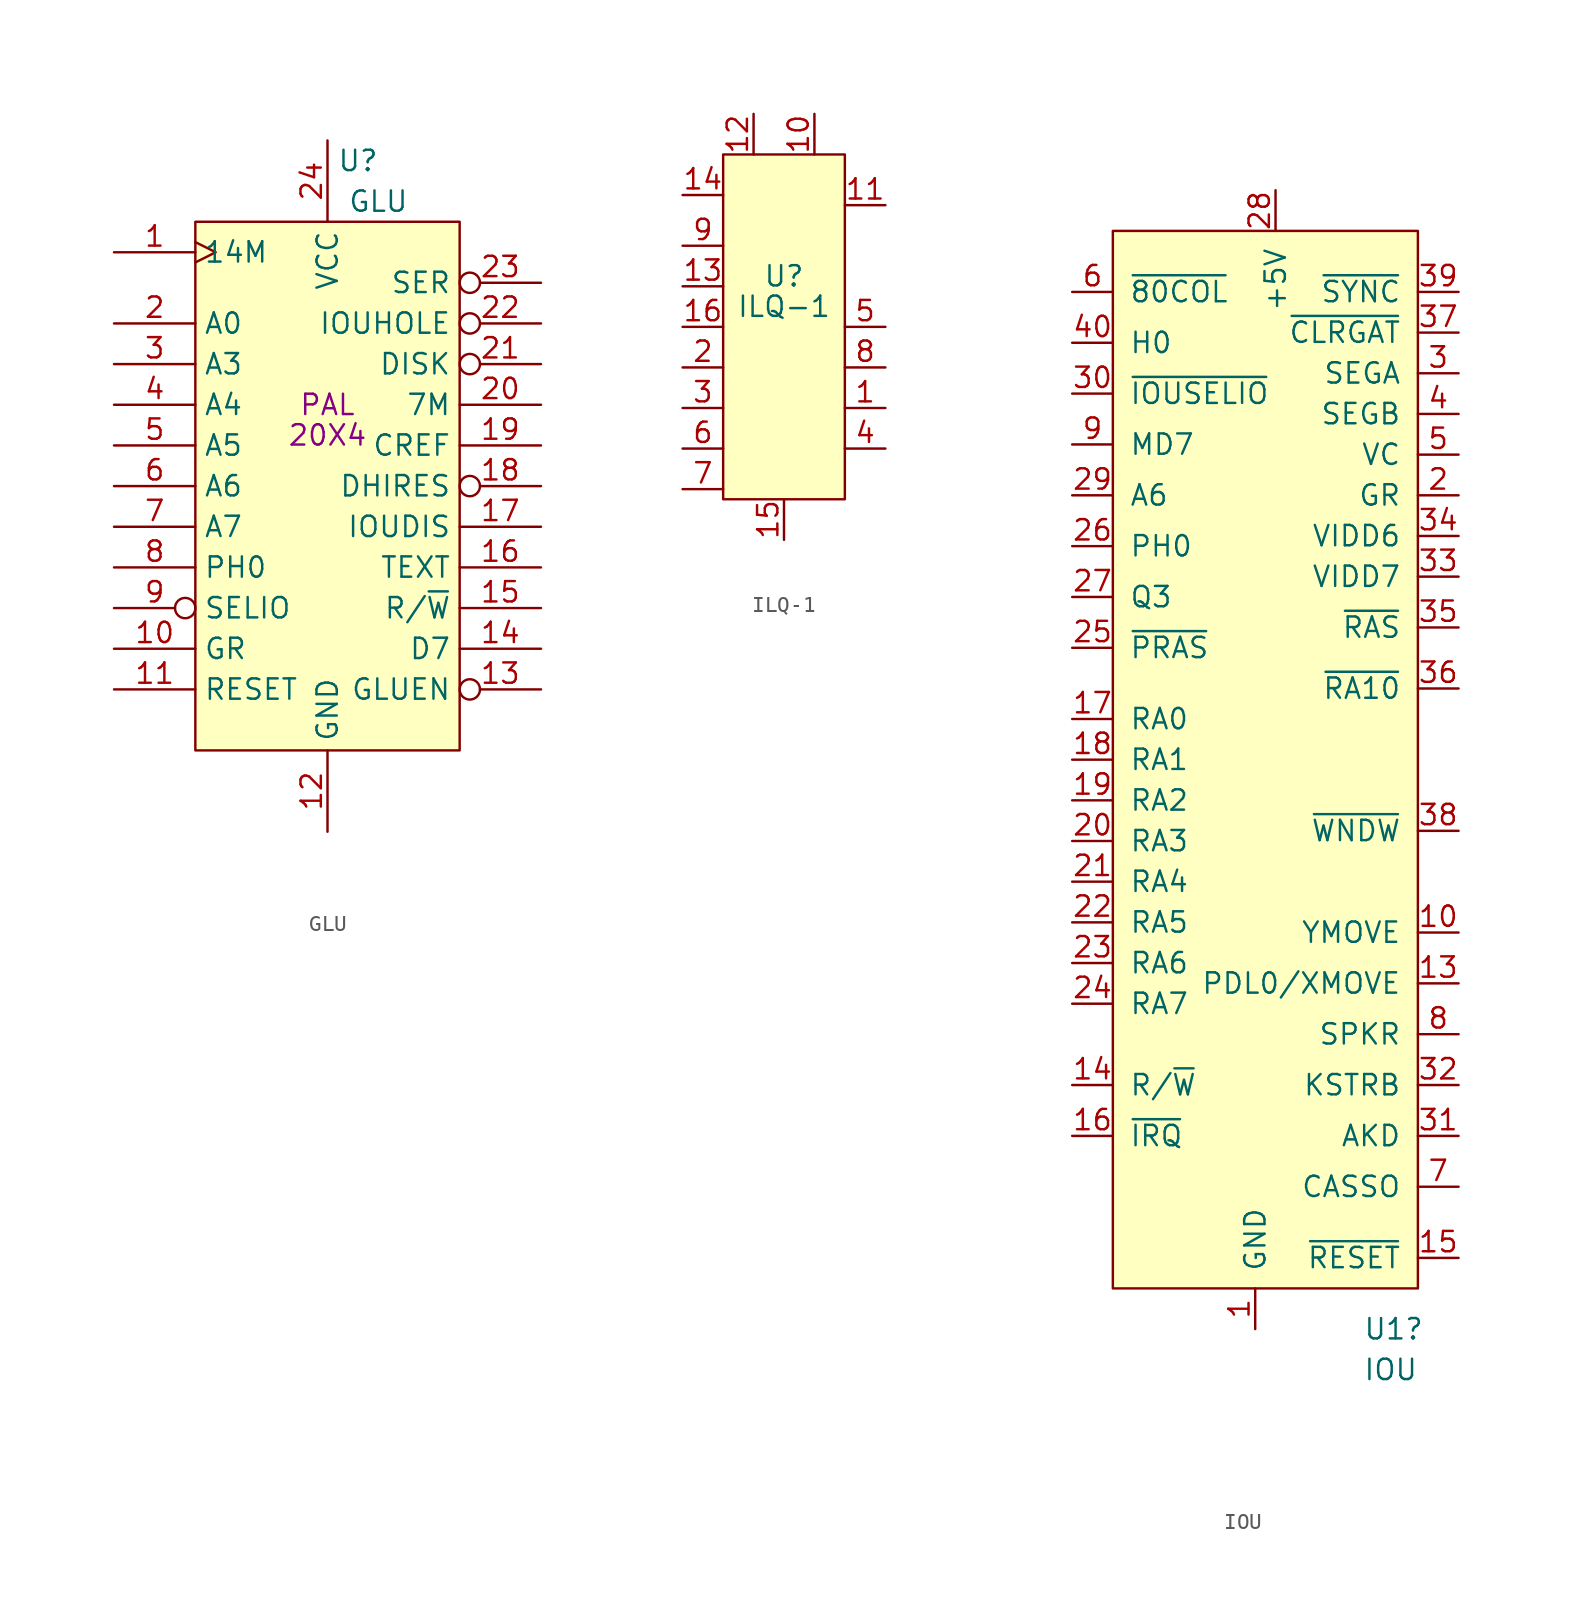
<source format=kicad_sym>
(kicad_symbol_lib
  (version 20220914)
  (generator kicad_symbol_editor)
  (symbol "GLU"
    (property "Reference" "U"
      (at 1.905 20.32 0)
      (effects (font (size 1.27 1.27))))
    (property "Value" "GLU"
      (at 3.175 17.78 0)
      (effects (font (size 1.27 1.27))))
    (property "PAL" "PAL"
      (at 0 5.08 0)
      (effects (font (size 1.27 1.27))))
    (property "20X4" "20X4"
      (at 0 3.175 0)
      (effects (font (size 1.27 1.27))))
    (symbol "GLU_0_0"
      (pin input clock (at -13.335 14.605 0) (length 5.08) (name "14M" (effects (font (size 1.27 1.27)))) (number "1" (effects (font (size 1.27 1.27)))))
      (pin input line (at -13.335 -10.16 0) (length 5.08) (name "GR" (effects (font (size 1.27 1.27)))) (number "10" (effects (font (size 1.27 1.27)))))
      (pin input line (at -13.335 -12.7 0) (length 5.08) (name "RESET" (effects (font (size 1.27 1.27)))) (number "11" (effects (font (size 1.27 1.27)))))
      (pin power_in line (at 0 -21.59 90) (length 5.08) (name "GND" (effects (font (size 1.27 1.27)))) (number "12" (effects (font (size 1.27 1.27)))))
      (pin input inverted (at 13.335 -12.7 180) (length 5.08) (name "GLUEN" (effects (font (size 1.27 1.27)))) (number "13" (effects (font (size 1.27 1.27)))))
      (pin input line (at 13.335 -10.16 180) (length 5.08) (name "D7" (effects (font (size 1.27 1.27)))) (number "14" (effects (font (size 1.27 1.27)))))
      (pin input line (at 13.335 -7.62 180) (length 5.08) (name "R/~{W}" (effects (font (size 1.27 1.27)))) (number "15" (effects (font (size 1.27 1.27)))))
      (pin output line (at 13.335 -5.08 180) (length 5.08) (name "TEXT" (effects (font (size 1.27 1.27)))) (number "16" (effects (font (size 1.27 1.27)))))
      (pin passive line (at 13.335 -2.54 180) (length 5.08) (name "IOUDIS" (effects (font (size 1.27 1.27)))) (number "17" (effects (font (size 1.27 1.27)))))
      (pin passive inverted (at 13.335 0 180) (length 5.08) (name "DHIRES" (effects (font (size 1.27 1.27)))) (number "18" (effects (font (size 1.27 1.27)))))
      (pin output line (at 13.335 2.54 180) (length 5.08) (name "CREF" (effects (font (size 1.27 1.27)))) (number "19" (effects (font (size 1.27 1.27)))))
      (pin input line (at -13.335 10.16 0) (length 5.08) (name "A0" (effects (font (size 1.27 1.27)))) (number "2" (effects (font (size 1.27 1.27)))))
      (pin output line (at 13.335 5.08 180) (length 5.08) (name "7M" (effects (font (size 1.27 1.27)))) (number "20" (effects (font (size 1.27 1.27)))))
      (pin output inverted (at 13.335 7.62 180) (length 5.08) (name "DISK" (effects (font (size 1.27 1.27)))) (number "21" (effects (font (size 1.27 1.27)))))
      (pin output inverted (at 13.335 10.16 180) (length 5.08) (name "IOUHOLE" (effects (font (size 1.27 1.27)))) (number "22" (effects (font (size 1.27 1.27)))))
      (pin output inverted (at 13.335 12.7 180) (length 5.08) (name "SER" (effects (font (size 1.27 1.27)))) (number "23" (effects (font (size 1.27 1.27)))))
      (pin power_in line (at 0 21.59 270) (length 5.08) (name "VCC" (effects (font (size 1.27 1.27)))) (number "24" (effects (font (size 1.27 1.27)))))
      (pin input line (at -13.335 7.62 0) (length 5.08) (name "A3" (effects (font (size 1.27 1.27)))) (number "3" (effects (font (size 1.27 1.27)))))
      (pin input line (at -13.335 5.08 0) (length 5.08) (name "A4" (effects (font (size 1.27 1.27)))) (number "4" (effects (font (size 1.27 1.27)))))
      (pin input line (at -13.335 2.54 0) (length 5.08) (name "A5" (effects (font (size 1.27 1.27)))) (number "5" (effects (font (size 1.27 1.27)))))
      (pin input line (at -13.335 0 0) (length 5.08) (name "A6" (effects (font (size 1.27 1.27)))) (number "6" (effects (font (size 1.27 1.27)))))
      (pin input line (at -13.335 -2.54 0) (length 5.08) (name "A7" (effects (font (size 1.27 1.27)))) (number "7" (effects (font (size 1.27 1.27)))))
      (pin input line (at -13.335 -5.08 0) (length 5.08) (name "PH0" (effects (font (size 1.27 1.27)))) (number "8" (effects (font (size 1.27 1.27)))))
      (pin input inverted (at -13.335 -7.62 0) (length 5.08) (name "SELIO" (effects (font (size 1.27 1.27)))) (number "9" (effects (font (size 1.27 1.27))))))
    (symbol "GLU_0_1"
      (rectangle (start -8.255 16.51) (end 8.255 -16.51) (stroke (width 0) (type default)) (fill (type background)))))
  (symbol "ILQ-1"
    (property "Reference" "U"
      (at 0 3.175 0)
      (effects (font (size 1.27 1.27))))
    (property "Value" "ILQ-1"
      (at 0 1.27 0)
      (effects (font (size 1.27 1.27))))
    (symbol "ILQ-1_0_0"
      (pin passive line (at 6.35 -5.08 180) (length 2.54) (name "" (effects (font (size 1.27 1.27)))) (number "1" (effects (font (size 1.27 1.27)))))
      (pin passive line (at 1.905 13.335 270) (length 2.54) (name "" (effects (font (size 1.27 1.27)))) (number "10" (effects (font (size 1.27 1.27)))))
      (pin passive line (at 6.35 7.62 180) (length 2.54) (name "" (effects (font (size 1.27 1.27)))) (number "11" (effects (font (size 1.27 1.27)))))
      (pin passive line (at -1.905 13.335 270) (length 2.54) (name "" (effects (font (size 1.27 1.27)))) (number "12" (effects (font (size 1.27 1.27)))))
      (pin passive line (at -6.35 2.54 0) (length 2.54) (name "" (effects (font (size 1.27 1.27)))) (number "13" (effects (font (size 1.27 1.27)))))
      (pin passive line (at -6.35 8.255 0) (length 2.54) (name "" (effects (font (size 1.27 1.27)))) (number "14" (effects (font (size 1.27 1.27)))))
      (pin passive line (at 0 -13.335 90) (length 2.54) (name "" (effects (font (size 1.27 1.27)))) (number "15" (effects (font (size 1.27 1.27)))))
      (pin passive line (at -6.35 0 0) (length 2.54) (name "" (effects (font (size 1.27 1.27)))) (number "16" (effects (font (size 1.27 1.27)))))
      (pin passive line (at -6.35 -2.54 0) (length 2.54) (name "" (effects (font (size 1.27 1.27)))) (number "2" (effects (font (size 1.27 1.27)))))
      (pin passive line (at -6.35 -5.08 0) (length 2.54) (name "" (effects (font (size 1.27 1.27)))) (number "3" (effects (font (size 1.27 1.27)))))
      (pin passive line (at 6.35 -7.62 180) (length 2.54) (name "" (effects (font (size 1.27 1.27)))) (number "4" (effects (font (size 1.27 1.27)))))
      (pin passive line (at 6.35 0 180) (length 2.54) (name "" (effects (font (size 1.27 1.27)))) (number "5" (effects (font (size 1.27 1.27)))))
      (pin passive line (at -6.35 -7.62 0) (length 2.54) (name "" (effects (font (size 1.27 1.27)))) (number "6" (effects (font (size 1.27 1.27)))))
      (pin passive line (at -6.35 -10.16 0) (length 2.54) (name "" (effects (font (size 1.27 1.27)))) (number "7" (effects (font (size 1.27 1.27)))))
      (pin passive line (at 6.35 -2.54 180) (length 2.54) (name "" (effects (font (size 1.27 1.27)))) (number "8" (effects (font (size 1.27 1.27)))))
      (pin passive line (at -6.35 5.08 0) (length 2.54) (name "" (effects (font (size 1.27 1.27)))) (number "9" (effects (font (size 1.27 1.27))))))
    (symbol "ILQ-1_0_1"
      (rectangle (start -3.81 10.795) (end 3.81 -10.795) (stroke (width 0) (type default)) (fill (type background)))))
  (symbol "IOU"
    (pin_names
      (offset 1.016))
    (property "Reference" "U1"
      (at 5.461 -35.56 0)
      (effects (font (size 1.27 1.27)) (justify left)))
    (property "Value" "IOU"
      (at 5.461 -38.1 0)
      (effects (font (size 1.27 1.27)) (justify left)))
    (symbol "IOU_0_1"
      (rectangle (start -10.16 33.02) (end 8.89 -33.02) (stroke (width 0) (type solid)) (fill (type background))))
    (symbol "IOU_1_0"
      (pin power_in line (at -1.27 -35.56 90) (length 2.54) (name "GND" (effects (font (size 1.27 1.27)))) (number "1" (effects (font (size 1.27 1.27)))))
      (pin input line (at 11.43 -10.795 180) (length 2.54) (name "YMOVE" (effects (font (size 1.27 1.27)))) (number "10" (effects (font (size 1.27 1.27)))))
      (pin no_connect line (at -13.335 -34.925 180) (length 2.54) hide (name "NC" (effects (font (size 1.27 1.27)))) (number "11" (effects (font (size 1.27 1.27)))))
      (pin no_connect line (at -13.335 -37.465 180) (length 2.54) hide (name "NC" (effects (font (size 1.27 1.27)))) (number "12" (effects (font (size 1.27 1.27)))))
      (pin input line (at 11.43 -13.97 180) (length 2.54) (name "PDL0/XMOVE" (effects (font (size 1.27 1.27)))) (number "13" (effects (font (size 1.27 1.27)))))
      (pin input line (at -12.7 -20.32 0) (length 2.54) (name "R/~{W}" (effects (font (size 1.27 1.27)))) (number "14" (effects (font (size 1.27 1.27)))))
      (pin input line (at 11.43 -31.115 180) (length 2.54) (name "~{RESET}" (effects (font (size 1.27 1.27)))) (number "15" (effects (font (size 1.27 1.27)))))
      (pin open_collector line (at -12.7 -23.495 0) (length 2.54) (name "~{IRQ}" (effects (font (size 1.27 1.27)))) (number "16" (effects (font (size 1.27 1.27)))))
      (pin input line (at -12.7 2.54 0) (length 2.54) (name "RA0" (effects (font (size 1.27 1.27)))) (number "17" (effects (font (size 1.27 1.27)))))
      (pin input line (at -12.7 0 0) (length 2.54) (name "RA1" (effects (font (size 1.27 1.27)))) (number "18" (effects (font (size 1.27 1.27)))))
      (pin input line (at -12.7 -2.54 0) (length 2.54) (name "RA2" (effects (font (size 1.27 1.27)))) (number "19" (effects (font (size 1.27 1.27)))))
      (pin output line (at 11.43 16.51 180) (length 2.54) (name "GR" (effects (font (size 1.27 1.27)))) (number "2" (effects (font (size 1.27 1.27)))))
      (pin input line (at -12.7 -5.08 0) (length 2.54) (name "RA3" (effects (font (size 1.27 1.27)))) (number "20" (effects (font (size 1.27 1.27)))))
      (pin input line (at -12.7 -7.62 0) (length 2.54) (name "RA4" (effects (font (size 1.27 1.27)))) (number "21" (effects (font (size 1.27 1.27)))))
      (pin input line (at -12.7 -10.16 0) (length 2.54) (name "RA5" (effects (font (size 1.27 1.27)))) (number "22" (effects (font (size 1.27 1.27)))))
      (pin input line (at -12.7 -12.7 0) (length 2.54) (name "RA6" (effects (font (size 1.27 1.27)))) (number "23" (effects (font (size 1.27 1.27)))))
      (pin input line (at -12.7 -15.24 0) (length 2.54) (name "RA7" (effects (font (size 1.27 1.27)))) (number "24" (effects (font (size 1.27 1.27)))))
      (pin input line (at -12.7 6.985 0) (length 2.54) (name "~{PRAS}" (effects (font (size 1.27 1.27)))) (number "25" (effects (font (size 1.27 1.27)))))
      (pin input line (at -12.7 13.335 0) (length 2.54) (name "PH0" (effects (font (size 1.27 1.27)))) (number "26" (effects (font (size 1.27 1.27)))))
      (pin input line (at -12.7 10.16 0) (length 2.54) (name "Q3" (effects (font (size 1.27 1.27)))) (number "27" (effects (font (size 1.27 1.27)))))
      (pin power_in line (at 0 35.56 270) (length 2.54) (name "+5V" (effects (font (size 1.27 1.27)))) (number "28" (effects (font (size 1.27 1.27)))))
      (pin input line (at -12.7 16.51 0) (length 2.54) (name "A6" (effects (font (size 1.27 1.27)))) (number "29" (effects (font (size 1.27 1.27)))))
      (pin output line (at 11.43 24.13 180) (length 2.54) (name "SEGA" (effects (font (size 1.27 1.27)))) (number "3" (effects (font (size 1.27 1.27)))))
      (pin input line (at -12.7 22.86 0) (length 2.54) (name "~{IOUSELIO}" (effects (font (size 1.27 1.27)))) (number "30" (effects (font (size 1.27 1.27)))))
      (pin input line (at 11.43 -23.495 180) (length 2.54) (name "AKD" (effects (font (size 1.27 1.27)))) (number "31" (effects (font (size 1.27 1.27)))))
      (pin input line (at 11.43 -20.32 180) (length 2.54) (name "KSTRB" (effects (font (size 1.27 1.27)))) (number "32" (effects (font (size 1.27 1.27)))))
      (pin input line (at 11.43 11.43 180) (length 2.54) (name "VIDD7" (effects (font (size 1.27 1.27)))) (number "33" (effects (font (size 1.27 1.27)))))
      (pin input line (at 11.43 13.97 180) (length 2.54) (name "VIDD6" (effects (font (size 1.27 1.27)))) (number "34" (effects (font (size 1.27 1.27)))))
      (pin passive line (at 11.43 8.255 180) (length 2.54) (name "~{RAS}" (effects (font (size 1.27 1.27)))) (number "35" (effects (font (size 1.27 1.27)))))
      (pin passive line (at 11.43 4.445 180) (length 2.54) (name "~{RA10}" (effects (font (size 1.27 1.27)))) (number "36" (effects (font (size 1.27 1.27)))))
      (pin output line (at 11.43 26.67 180) (length 2.54) (name "~{CLRGAT}" (effects (font (size 1.27 1.27)))) (number "37" (effects (font (size 1.27 1.27)))))
      (pin output line (at 11.43 -4.445 180) (length 2.54) (name "~{WNDW}" (effects (font (size 1.27 1.27)))) (number "38" (effects (font (size 1.27 1.27)))))
      (pin output line (at 11.43 29.21 180) (length 2.54) (name "~{SYNC}" (effects (font (size 1.27 1.27)))) (number "39" (effects (font (size 1.27 1.27)))))
      (pin output line (at 11.43 21.59 180) (length 2.54) (name "SEGB" (effects (font (size 1.27 1.27)))) (number "4" (effects (font (size 1.27 1.27)))))
      (pin output line (at -12.7 26.035 0) (length 2.54) (name "H0" (effects (font (size 1.27 1.27)))) (number "40" (effects (font (size 1.27 1.27)))))
      (pin output line (at 11.43 19.05 180) (length 2.54) (name "VC" (effects (font (size 1.27 1.27)))) (number "5" (effects (font (size 1.27 1.27)))))
      (pin output line (at -12.7 29.21 0) (length 2.54) (name "~{80COL}" (effects (font (size 1.27 1.27)))) (number "6" (effects (font (size 1.27 1.27)))))
      (pin passive line (at 11.43 -26.67 180) (length 2.54) (name "CASSO" (effects (font (size 1.27 1.27)))) (number "7" (effects (font (size 1.27 1.27)))))
      (pin output line (at 11.43 -17.145 180) (length 2.54) (name "SPKR" (effects (font (size 1.27 1.27)))) (number "8" (effects (font (size 1.27 1.27)))))
      (pin tri_state line (at -12.7 19.685 0) (length 2.54) (name "MD7" (effects (font (size 1.27 1.27)))) (number "9" (effects (font (size 1.27 1.27))))))))
</source>
